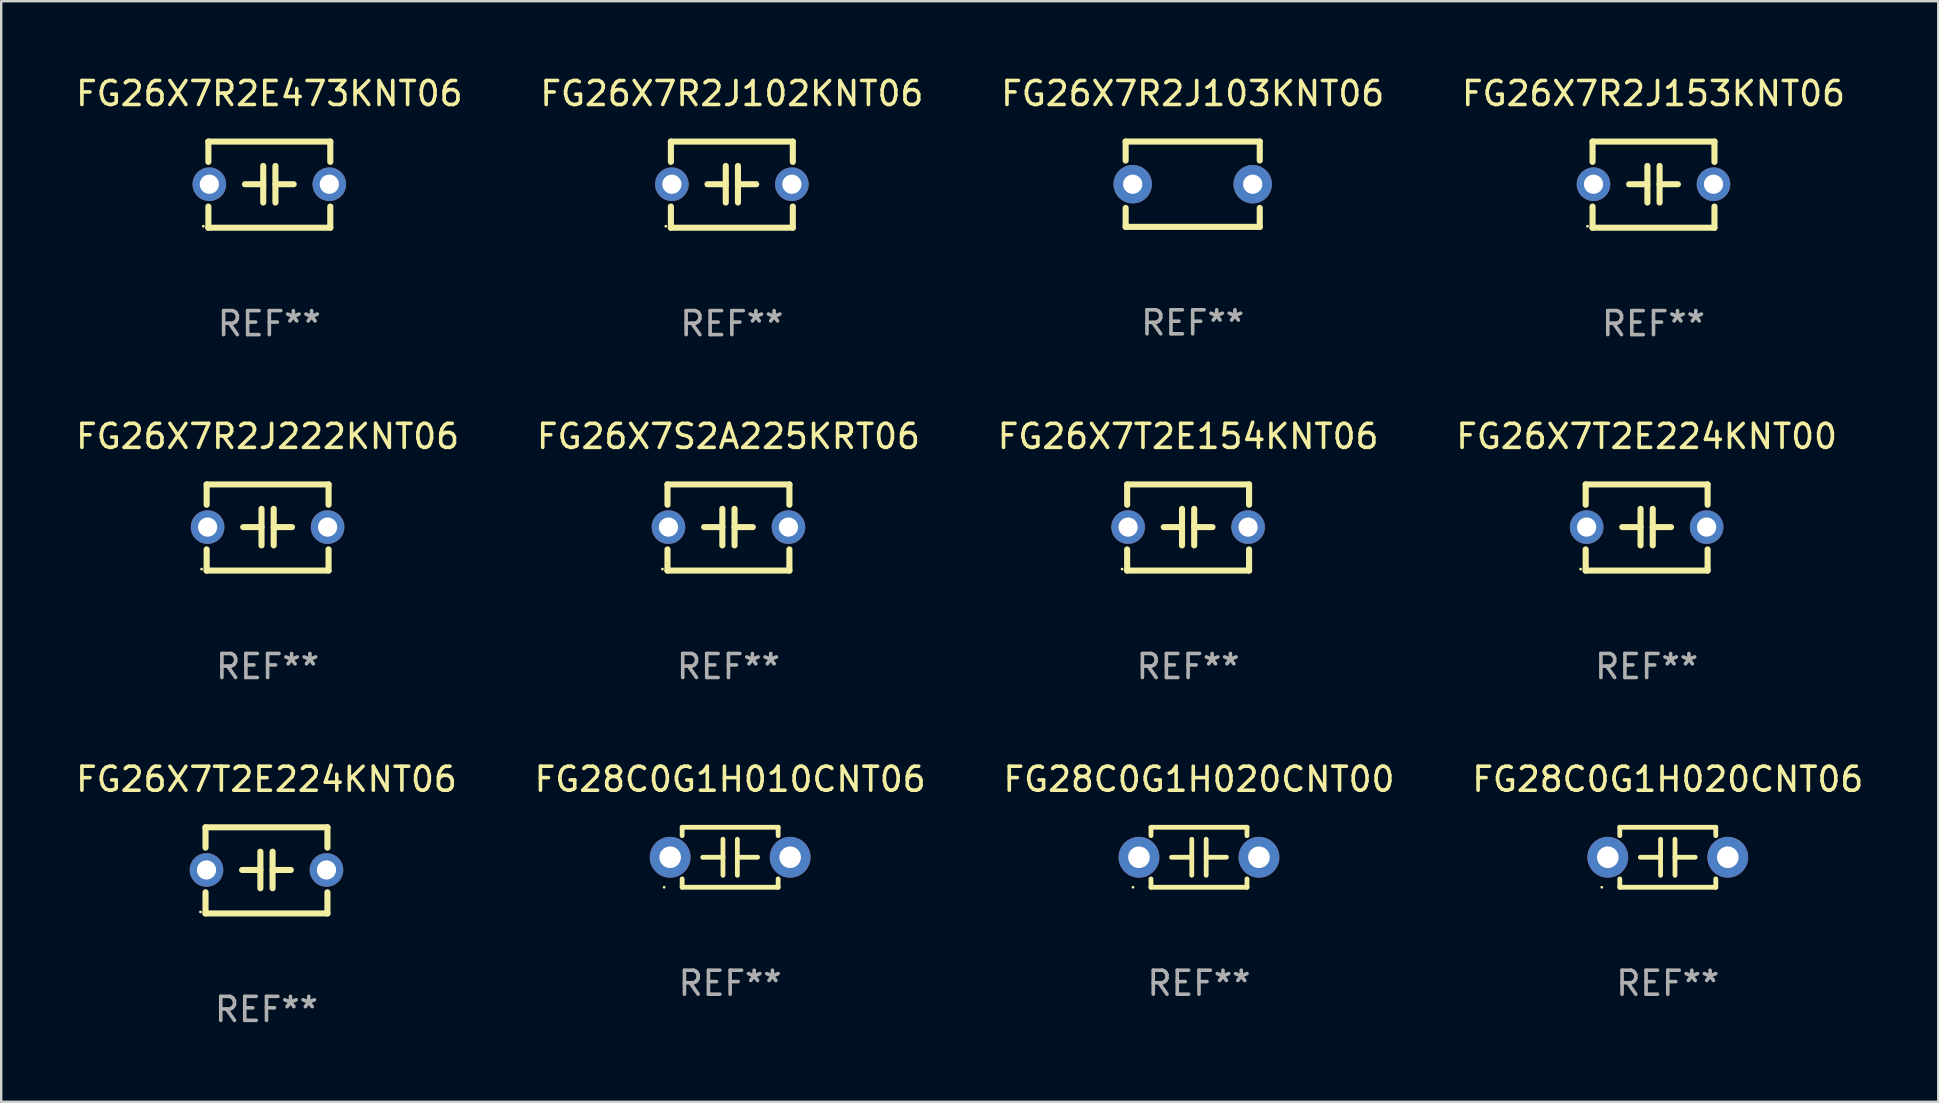
<source format=kicad_pcb>
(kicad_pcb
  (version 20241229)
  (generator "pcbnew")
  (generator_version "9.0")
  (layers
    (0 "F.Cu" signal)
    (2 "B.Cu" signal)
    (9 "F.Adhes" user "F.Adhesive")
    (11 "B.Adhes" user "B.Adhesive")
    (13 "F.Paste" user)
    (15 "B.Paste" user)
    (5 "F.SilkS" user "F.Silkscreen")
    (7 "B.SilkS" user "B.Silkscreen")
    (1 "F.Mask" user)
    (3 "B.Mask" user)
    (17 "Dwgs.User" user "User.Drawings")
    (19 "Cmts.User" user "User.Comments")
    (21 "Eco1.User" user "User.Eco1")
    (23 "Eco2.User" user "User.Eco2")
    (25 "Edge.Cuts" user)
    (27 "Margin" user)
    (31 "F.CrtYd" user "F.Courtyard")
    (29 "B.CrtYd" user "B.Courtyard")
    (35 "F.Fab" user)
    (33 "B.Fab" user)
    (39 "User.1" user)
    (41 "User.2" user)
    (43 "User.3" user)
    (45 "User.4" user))
  (footprint "FG28C0G1H020CNT00"
    (layer "F.Cu")
    (at 46.911 32.672)
    (property "Reference" "FG28C0G1H020CNT00" (at 0 -3.25 0) (layer "F.SilkS") (effects (font (size 1 1) (thickness 0.15))))
    (attr through_hole)
    (fp_line (start -2 -1.25) (end -2 -0.901) (stroke (width 0.2) (type solid)) (layer "F.SilkS"))
    (fp_line (start -2 -1.25) (end 2 -1.25) (stroke (width 0.2) (type solid)) (layer "F.SilkS"))
    (fp_line (start -2 0.901) (end -2 1.25) (stroke (width 0.2) (type solid)) (layer "F.SilkS"))
    (fp_line (start -0.3 -0.75) (end -0.3 0.75) (stroke (width 0.2) (type solid)) (layer "F.SilkS"))
    (fp_line (start -0.3 0.001) (end -1.143 0.001) (stroke (width 0.2) (type solid)) (layer "F.SilkS"))
    (fp_line (start 0.3 -0.001) (end 1.143 -0.001) (stroke (width 0.2) (type solid)) (layer "F.SilkS"))
    (fp_line (start 0.3 0.75) (end 0.3 -0.75) (stroke (width 0.2) (type solid)) (layer "F.SilkS"))
    (fp_line (start 2 -1.25) (end 2 -0.901) (stroke (width 0.2) (type solid)) (layer "F.SilkS"))
    (fp_line (start 2 0.901) (end 2 1.25) (stroke (width 0.2) (type solid)) (layer "F.SilkS"))
    (fp_line (start 2 1.25) (end -2 1.25) (stroke (width 0.2) (type solid)) (layer "F.SilkS"))
    (fp_circle (center -2.75 1.25) (end -2.72 1.25) (stroke (width 0.06) (type solid)) (fill no) (layer "F.SilkS"))
    (fp_text user "REF**" (at 0 5.25 0) (layer "F.Fab") (effects (font (size 1 1) (thickness 0.15))))
    (pad "1" thru_hole circle (at -2.5 0) (size 1.7 1.7) (drill 0.9) (layers "*.Cu" "*.Mask"))
    (pad "2" thru_hole circle (at 2.5 0) (size 1.7 1.7) (drill 0.9) (layers "*.Cu" "*.Mask")))
  (footprint "FG26X7R2J153KNT06"
    (layer "F.Cu")
    (at 65.851 4.644)
    (property "Reference" "FG26X7R2J153KNT06" (at 0 -3.795 0) (layer "F.SilkS") (effects (font (size 1 1) (thickness 0.15))))
    (attr through_hole)
    (fp_line (start -2.54 -1.795) (end 2.54 -1.795) (stroke (width 0.254) (type solid)) (layer "F.SilkS"))
    (fp_line (start -2.54 -0.948) (end -2.54 -1.795) (stroke (width 0.254) (type solid)) (layer "F.SilkS"))
    (fp_line (start -2.54 1.795) (end -2.54 0.913) (stroke (width 0.254) (type solid)) (layer "F.SilkS"))
    (fp_line (start -1.016 -0.017) (end -0.254 -0.017) (stroke (width 0.254) (type solid)) (layer "F.SilkS"))
    (fp_line (start -0.254 0.745) (end -0.254 -0.779) (stroke (width 0.254) (type solid)) (layer "F.SilkS"))
    (fp_line (start 0.254 -0.779) (end 0.254 0.745) (stroke (width 0.254) (type solid)) (layer "F.SilkS"))
    (fp_line (start 1.016 -0.017) (end 0.254 -0.017) (stroke (width 0.254) (type solid)) (layer "F.SilkS"))
    (fp_line (start 2.54 -1.795) (end 2.54 -0.948) (stroke (width 0.254) (type solid)) (layer "F.SilkS"))
    (fp_line (start 2.54 1.795) (end -2.54 1.795) (stroke (width 0.254) (type solid)) (layer "F.SilkS"))
    (fp_line (start 2.54 1.795) (end 2.54 0.913) (stroke (width 0.254) (type solid)) (layer "F.SilkS"))
    (fp_circle (center -2.75 1.733) (end -2.72 1.733) (stroke (width 0.06) (type solid)) (fill no) (layer "F.SilkS"))
    (fp_text user "REF**" (at 0 5.795 0) (layer "F.Fab") (effects (font (size 1 1) (thickness 0.15))))
    (pad "1" thru_hole circle (at -2.5 -0.017) (size 1.4 1.4) (drill 0.8) (layers "*.Cu" "*.Mask"))
    (pad "2" thru_hole circle (at 2.5 -0.017) (size 1.4 1.4) (drill 0.8) (layers "*.Cu" "*.Mask")))
  (footprint "FG26X7R2J103KNT06"
    (layer "F.Cu")
    (at 46.649 4.626)
    (property "Reference" "FG26X7R2J103KNT06" (at 0 -3.778 0) (layer "F.SilkS") (effects (font (size 1 1) (thickness 0.15))))
    (attr through_hole)
    (fp_line (start -2.794 -1.778) (end -2.794 -0.988) (stroke (width 0.254) (type solid)) (layer "F.SilkS"))
    (fp_line (start -2.794 0.988) (end -2.794 1.778) (stroke (width 0.254) (type solid)) (layer "F.SilkS"))
    (fp_line (start -2.794 1.778) (end 2.794 1.778) (stroke (width 0.254) (type solid)) (layer "F.SilkS"))
    (fp_line (start 2.794 -1.778) (end -2.794 -1.778) (stroke (width 0.254) (type solid)) (layer "F.SilkS"))
    (fp_line (start 2.794 -0.988) (end 2.794 -1.778) (stroke (width 0.254) (type solid)) (layer "F.SilkS"))
    (fp_line (start 2.794 1.778) (end 2.794 0.988) (stroke (width 0.254) (type solid)) (layer "F.SilkS"))
    (fp_circle (center -2.75 1.75) (end -2.72 1.75) (stroke (width 0.06) (type solid)) (fill no) (layer "F.SilkS"))
    (fp_text user "REF**" (at 0 5.778 0) (layer "F.Fab") (effects (font (size 1 1) (thickness 0.15))))
    (pad "1" thru_hole circle (at -2.5 0) (size 1.6 1.6) (drill 0.8) (layers "*.Cu" "*.Mask"))
    (pad "2" thru_hole circle (at 2.5 0) (size 1.6 1.6) (drill 0.8) (layers "*.Cu" "*.Mask")))
  (footprint "FG26X7R2J222KNT06"
    (layer "F.Cu")
    (at 8.101 18.931)
    (property "Reference" "FG26X7R2J222KNT06" (at 0 -3.795 0) (layer "F.SilkS") (effects (font (size 1 1) (thickness 0.15))))
    (attr through_hole)
    (fp_line (start -2.54 -1.795) (end 2.54 -1.795) (stroke (width 0.254) (type solid)) (layer "F.SilkS"))
    (fp_line (start -2.54 -0.948) (end -2.54 -1.795) (stroke (width 0.254) (type solid)) (layer "F.SilkS"))
    (fp_line (start -2.54 1.795) (end -2.54 0.913) (stroke (width 0.254) (type solid)) (layer "F.SilkS"))
    (fp_line (start -1.016 -0.017) (end -0.254 -0.017) (stroke (width 0.254) (type solid)) (layer "F.SilkS"))
    (fp_line (start -0.254 0.745) (end -0.254 -0.779) (stroke (width 0.254) (type solid)) (layer "F.SilkS"))
    (fp_line (start 0.254 -0.779) (end 0.254 0.745) (stroke (width 0.254) (type solid)) (layer "F.SilkS"))
    (fp_line (start 1.016 -0.017) (end 0.254 -0.017) (stroke (width 0.254) (type solid)) (layer "F.SilkS"))
    (fp_line (start 2.54 -1.795) (end 2.54 -0.948) (stroke (width 0.254) (type solid)) (layer "F.SilkS"))
    (fp_line (start 2.54 1.795) (end -2.54 1.795) (stroke (width 0.254) (type solid)) (layer "F.SilkS"))
    (fp_line (start 2.54 1.795) (end 2.54 0.913) (stroke (width 0.254) (type solid)) (layer "F.SilkS"))
    (fp_circle (center -2.75 1.733) (end -2.72 1.733) (stroke (width 0.06) (type solid)) (fill no) (layer "F.SilkS"))
    (fp_text user "REF**" (at 0 5.795 0) (layer "F.Fab") (effects (font (size 1 1) (thickness 0.15))))
    (pad "1" thru_hole circle (at -2.5 -0.017) (size 1.4 1.4) (drill 0.8) (layers "*.Cu" "*.Mask"))
    (pad "2" thru_hole circle (at 2.5 -0.017) (size 1.4 1.4) (drill 0.8) (layers "*.Cu" "*.Mask")))
  (footprint "FG28C0G1H020CNT06"
    (layer "F.Cu")
    (at 66.446 32.672)
    (property "Reference" "FG28C0G1H020CNT06" (at 0 -3.25 0) (layer "F.SilkS") (effects (font (size 1 1) (thickness 0.15))))
    (attr through_hole)
    (fp_line (start -2 -1.25) (end -2 -0.901) (stroke (width 0.2) (type solid)) (layer "F.SilkS"))
    (fp_line (start -2 -1.25) (end 2 -1.25) (stroke (width 0.2) (type solid)) (layer "F.SilkS"))
    (fp_line (start -2 0.901) (end -2 1.25) (stroke (width 0.2) (type solid)) (layer "F.SilkS"))
    (fp_line (start -0.3 -0.75) (end -0.3 0.75) (stroke (width 0.2) (type solid)) (layer "F.SilkS"))
    (fp_line (start -0.3 0.001) (end -1.143 0.001) (stroke (width 0.2) (type solid)) (layer "F.SilkS"))
    (fp_line (start 0.3 -0.001) (end 1.143 -0.001) (stroke (width 0.2) (type solid)) (layer "F.SilkS"))
    (fp_line (start 0.3 0.75) (end 0.3 -0.75) (stroke (width 0.2) (type solid)) (layer "F.SilkS"))
    (fp_line (start 2 -1.25) (end 2 -0.901) (stroke (width 0.2) (type solid)) (layer "F.SilkS"))
    (fp_line (start 2 0.901) (end 2 1.25) (stroke (width 0.2) (type solid)) (layer "F.SilkS"))
    (fp_line (start 2 1.25) (end -2 1.25) (stroke (width 0.2) (type solid)) (layer "F.SilkS"))
    (fp_circle (center -2.75 1.25) (end -2.72 1.25) (stroke (width 0.06) (type solid)) (fill no) (layer "F.SilkS"))
    (fp_text user "REF**" (at 0 5.25 0) (layer "F.Fab") (effects (font (size 1 1) (thickness 0.15))))
    (pad "1" thru_hole circle (at -2.5 0) (size 1.7 1.7) (drill 0.9) (layers "*.Cu" "*.Mask"))
    (pad "2" thru_hole circle (at 2.5 0) (size 1.7 1.7) (drill 0.9) (layers "*.Cu" "*.Mask")))
  (footprint "FG26X7R2J102KNT06"
    (layer "F.Cu")
    (at 27.446 4.644)
    (property "Reference" "FG26X7R2J102KNT06" (at 0 -3.795 0) (layer "F.SilkS") (effects (font (size 1 1) (thickness 0.15))))
    (attr through_hole)
    (fp_line (start -2.54 -1.795) (end 2.54 -1.795) (stroke (width 0.254) (type solid)) (layer "F.SilkS"))
    (fp_line (start -2.54 -0.948) (end -2.54 -1.795) (stroke (width 0.254) (type solid)) (layer "F.SilkS"))
    (fp_line (start -2.54 1.795) (end -2.54 0.913) (stroke (width 0.254) (type solid)) (layer "F.SilkS"))
    (fp_line (start -1.016 -0.017) (end -0.254 -0.017) (stroke (width 0.254) (type solid)) (layer "F.SilkS"))
    (fp_line (start -0.254 0.745) (end -0.254 -0.779) (stroke (width 0.254) (type solid)) (layer "F.SilkS"))
    (fp_line (start 0.254 -0.779) (end 0.254 0.745) (stroke (width 0.254) (type solid)) (layer "F.SilkS"))
    (fp_line (start 1.016 -0.017) (end 0.254 -0.017) (stroke (width 0.254) (type solid)) (layer "F.SilkS"))
    (fp_line (start 2.54 -1.795) (end 2.54 -0.948) (stroke (width 0.254) (type solid)) (layer "F.SilkS"))
    (fp_line (start 2.54 1.795) (end -2.54 1.795) (stroke (width 0.254) (type solid)) (layer "F.SilkS"))
    (fp_line (start 2.54 1.795) (end 2.54 0.913) (stroke (width 0.254) (type solid)) (layer "F.SilkS"))
    (fp_circle (center -2.75 1.733) (end -2.72 1.733) (stroke (width 0.06) (type solid)) (fill no) (layer "F.SilkS"))
    (fp_text user "REF**" (at 0 5.795 0) (layer "F.Fab") (effects (font (size 1 1) (thickness 0.15))))
    (pad "1" thru_hole circle (at -2.5 -0.017) (size 1.4 1.4) (drill 0.8) (layers "*.Cu" "*.Mask"))
    (pad "2" thru_hole circle (at 2.5 -0.017) (size 1.4 1.4) (drill 0.8) (layers "*.Cu" "*.Mask")))
  (footprint "FG26X7R2E473KNT06"
    (layer "F.Cu")
    (at 8.173 4.644)
    (property "Reference" "FG26X7R2E473KNT06" (at 0 -3.795 0) (layer "F.SilkS") (effects (font (size 1 1) (thickness 0.15))))
    (attr through_hole)
    (fp_line (start -2.54 -1.795) (end 2.54 -1.795) (stroke (width 0.254) (type solid)) (layer "F.SilkS"))
    (fp_line (start -2.54 -0.948) (end -2.54 -1.795) (stroke (width 0.254) (type solid)) (layer "F.SilkS"))
    (fp_line (start -2.54 1.795) (end -2.54 0.913) (stroke (width 0.254) (type solid)) (layer "F.SilkS"))
    (fp_line (start -1.016 -0.017) (end -0.254 -0.017) (stroke (width 0.254) (type solid)) (layer "F.SilkS"))
    (fp_line (start -0.254 0.745) (end -0.254 -0.779) (stroke (width 0.254) (type solid)) (layer "F.SilkS"))
    (fp_line (start 0.254 -0.779) (end 0.254 0.745) (stroke (width 0.254) (type solid)) (layer "F.SilkS"))
    (fp_line (start 1.016 -0.017) (end 0.254 -0.017) (stroke (width 0.254) (type solid)) (layer "F.SilkS"))
    (fp_line (start 2.54 -1.795) (end 2.54 -0.948) (stroke (width 0.254) (type solid)) (layer "F.SilkS"))
    (fp_line (start 2.54 1.795) (end -2.54 1.795) (stroke (width 0.254) (type solid)) (layer "F.SilkS"))
    (fp_line (start 2.54 1.795) (end 2.54 0.913) (stroke (width 0.254) (type solid)) (layer "F.SilkS"))
    (fp_circle (center -2.75 1.733) (end -2.72 1.733) (stroke (width 0.06) (type solid)) (fill no) (layer "F.SilkS"))
    (fp_text user "REF**" (at 0 5.795 0) (layer "F.Fab") (effects (font (size 1 1) (thickness 0.15))))
    (pad "1" thru_hole circle (at -2.5 -0.017) (size 1.4 1.4) (drill 0.8) (layers "*.Cu" "*.Mask"))
    (pad "2" thru_hole circle (at 2.5 -0.017) (size 1.4 1.4) (drill 0.8) (layers "*.Cu" "*.Mask")))
  (footprint "FG26X7T2E224KNT00"
    (layer "F.Cu")
    (at 65.565 18.931)
    (property "Reference" "FG26X7T2E224KNT00" (at 0 -3.795 0) (layer "F.SilkS") (effects (font (size 1 1) (thickness 0.15))))
    (attr through_hole)
    (fp_line (start -2.54 -1.795) (end 2.54 -1.795) (stroke (width 0.254) (type solid)) (layer "F.SilkS"))
    (fp_line (start -2.54 -0.948) (end -2.54 -1.795) (stroke (width 0.254) (type solid)) (layer "F.SilkS"))
    (fp_line (start -2.54 1.795) (end -2.54 0.913) (stroke (width 0.254) (type solid)) (layer "F.SilkS"))
    (fp_line (start -1.016 -0.017) (end -0.254 -0.017) (stroke (width 0.254) (type solid)) (layer "F.SilkS"))
    (fp_line (start -0.254 0.745) (end -0.254 -0.779) (stroke (width 0.254) (type solid)) (layer "F.SilkS"))
    (fp_line (start 0.254 -0.779) (end 0.254 0.745) (stroke (width 0.254) (type solid)) (layer "F.SilkS"))
    (fp_line (start 1.016 -0.017) (end 0.254 -0.017) (stroke (width 0.254) (type solid)) (layer "F.SilkS"))
    (fp_line (start 2.54 -1.795) (end 2.54 -0.948) (stroke (width 0.254) (type solid)) (layer "F.SilkS"))
    (fp_line (start 2.54 1.795) (end -2.54 1.795) (stroke (width 0.254) (type solid)) (layer "F.SilkS"))
    (fp_line (start 2.54 1.795) (end 2.54 0.913) (stroke (width 0.254) (type solid)) (layer "F.SilkS"))
    (fp_circle (center -2.75 1.733) (end -2.72 1.733) (stroke (width 0.06) (type solid)) (fill no) (layer "F.SilkS"))
    (fp_text user "REF**" (at 0 5.795 0) (layer "F.Fab") (effects (font (size 1 1) (thickness 0.15))))
    (pad "1" thru_hole circle (at -2.5 -0.017) (size 1.4 1.4) (drill 0.8) (layers "*.Cu" "*.Mask"))
    (pad "2" thru_hole circle (at 2.5 -0.017) (size 1.4 1.4) (drill 0.8) (layers "*.Cu" "*.Mask")))
  (footprint "FG26X7T2E224KNT06"
    (layer "F.Cu")
    (at 8.054 33.218)
    (property "Reference" "FG26X7T2E224KNT06" (at 0 -3.795 0) (layer "F.SilkS") (effects (font (size 1 1) (thickness 0.15))))
    (attr through_hole)
    (fp_line (start -2.54 -1.795) (end 2.54 -1.795) (stroke (width 0.254) (type solid)) (layer "F.SilkS"))
    (fp_line (start -2.54 -0.948) (end -2.54 -1.795) (stroke (width 0.254) (type solid)) (layer "F.SilkS"))
    (fp_line (start -2.54 1.795) (end -2.54 0.913) (stroke (width 0.254) (type solid)) (layer "F.SilkS"))
    (fp_line (start -1.016 -0.017) (end -0.254 -0.017) (stroke (width 0.254) (type solid)) (layer "F.SilkS"))
    (fp_line (start -0.254 0.745) (end -0.254 -0.779) (stroke (width 0.254) (type solid)) (layer "F.SilkS"))
    (fp_line (start 0.254 -0.779) (end 0.254 0.745) (stroke (width 0.254) (type solid)) (layer "F.SilkS"))
    (fp_line (start 1.016 -0.017) (end 0.254 -0.017) (stroke (width 0.254) (type solid)) (layer "F.SilkS"))
    (fp_line (start 2.54 -1.795) (end 2.54 -0.948) (stroke (width 0.254) (type solid)) (layer "F.SilkS"))
    (fp_line (start 2.54 1.795) (end -2.54 1.795) (stroke (width 0.254) (type solid)) (layer "F.SilkS"))
    (fp_line (start 2.54 1.795) (end 2.54 0.913) (stroke (width 0.254) (type solid)) (layer "F.SilkS"))
    (fp_circle (center -2.75 1.733) (end -2.72 1.733) (stroke (width 0.06) (type solid)) (fill no) (layer "F.SilkS"))
    (fp_text user "REF**" (at 0 5.795 0) (layer "F.Fab") (effects (font (size 1 1) (thickness 0.15))))
    (pad "1" thru_hole circle (at -2.5 -0.017) (size 1.4 1.4) (drill 0.8) (layers "*.Cu" "*.Mask"))
    (pad "2" thru_hole circle (at 2.5 -0.017) (size 1.4 1.4) (drill 0.8) (layers "*.Cu" "*.Mask")))
  (footprint "FG26X7T2E154KNT06"
    (layer "F.Cu")
    (at 46.458 18.931)
    (property "Reference" "FG26X7T2E154KNT06" (at 0 -3.795 0) (layer "F.SilkS") (effects (font (size 1 1) (thickness 0.15))))
    (attr through_hole)
    (fp_line (start -2.54 -1.795) (end 2.54 -1.795) (stroke (width 0.254) (type solid)) (layer "F.SilkS"))
    (fp_line (start -2.54 -0.948) (end -2.54 -1.795) (stroke (width 0.254) (type solid)) (layer "F.SilkS"))
    (fp_line (start -2.54 1.795) (end -2.54 0.913) (stroke (width 0.254) (type solid)) (layer "F.SilkS"))
    (fp_line (start -1.016 -0.017) (end -0.254 -0.017) (stroke (width 0.254) (type solid)) (layer "F.SilkS"))
    (fp_line (start -0.254 0.745) (end -0.254 -0.779) (stroke (width 0.254) (type solid)) (layer "F.SilkS"))
    (fp_line (start 0.254 -0.779) (end 0.254 0.745) (stroke (width 0.254) (type solid)) (layer "F.SilkS"))
    (fp_line (start 1.016 -0.017) (end 0.254 -0.017) (stroke (width 0.254) (type solid)) (layer "F.SilkS"))
    (fp_line (start 2.54 -1.795) (end 2.54 -0.948) (stroke (width 0.254) (type solid)) (layer "F.SilkS"))
    (fp_line (start 2.54 1.795) (end -2.54 1.795) (stroke (width 0.254) (type solid)) (layer "F.SilkS"))
    (fp_line (start 2.54 1.795) (end 2.54 0.913) (stroke (width 0.254) (type solid)) (layer "F.SilkS"))
    (fp_circle (center -2.75 1.733) (end -2.72 1.733) (stroke (width 0.06) (type solid)) (fill no) (layer "F.SilkS"))
    (fp_text user "REF**" (at 0 5.795 0) (layer "F.Fab") (effects (font (size 1 1) (thickness 0.15))))
    (pad "1" thru_hole circle (at -2.5 -0.017) (size 1.4 1.4) (drill 0.8) (layers "*.Cu" "*.Mask"))
    (pad "2" thru_hole circle (at 2.5 -0.017) (size 1.4 1.4) (drill 0.8) (layers "*.Cu" "*.Mask")))
  (footprint "FG28C0G1H010CNT06"
    (layer "F.Cu")
    (at 27.375 32.672)
    (property "Reference" "FG28C0G1H010CNT06" (at 0 -3.25 0) (layer "F.SilkS") (effects (font (size 1 1) (thickness 0.15))))
    (attr through_hole)
    (fp_line (start -2 -1.25) (end -2 -0.901) (stroke (width 0.2) (type solid)) (layer "F.SilkS"))
    (fp_line (start -2 -1.25) (end 2 -1.25) (stroke (width 0.2) (type solid)) (layer "F.SilkS"))
    (fp_line (start -2 0.901) (end -2 1.25) (stroke (width 0.2) (type solid)) (layer "F.SilkS"))
    (fp_line (start -0.3 -0.75) (end -0.3 0.75) (stroke (width 0.2) (type solid)) (layer "F.SilkS"))
    (fp_line (start -0.3 0.001) (end -1.143 0.001) (stroke (width 0.2) (type solid)) (layer "F.SilkS"))
    (fp_line (start 0.3 -0.001) (end 1.143 -0.001) (stroke (width 0.2) (type solid)) (layer "F.SilkS"))
    (fp_line (start 0.3 0.75) (end 0.3 -0.75) (stroke (width 0.2) (type solid)) (layer "F.SilkS"))
    (fp_line (start 2 -1.25) (end 2 -0.901) (stroke (width 0.2) (type solid)) (layer "F.SilkS"))
    (fp_line (start 2 0.901) (end 2 1.25) (stroke (width 0.2) (type solid)) (layer "F.SilkS"))
    (fp_line (start 2 1.25) (end -2 1.25) (stroke (width 0.2) (type solid)) (layer "F.SilkS"))
    (fp_circle (center -2.75 1.25) (end -2.72 1.25) (stroke (width 0.06) (type solid)) (fill no) (layer "F.SilkS"))
    (fp_text user "REF**" (at 0 5.25 0) (layer "F.Fab") (effects (font (size 1 1) (thickness 0.15))))
    (pad "1" thru_hole circle (at -2.5 0) (size 1.7 1.7) (drill 0.9) (layers "*.Cu" "*.Mask"))
    (pad "2" thru_hole circle (at 2.5 0) (size 1.7 1.7) (drill 0.9) (layers "*.Cu" "*.Mask")))
  (footprint "FG26X7S2A225KRT06"
    (layer "F.Cu")
    (at 27.304 18.931)
    (property "Reference" "FG26X7S2A225KRT06" (at 0 -3.795 0) (layer "F.SilkS") (effects (font (size 1 1) (thickness 0.15))))
    (attr through_hole)
    (fp_line (start -2.54 -1.795) (end 2.54 -1.795) (stroke (width 0.254) (type solid)) (layer "F.SilkS"))
    (fp_line (start -2.54 -0.948) (end -2.54 -1.795) (stroke (width 0.254) (type solid)) (layer "F.SilkS"))
    (fp_line (start -2.54 1.795) (end -2.54 0.913) (stroke (width 0.254) (type solid)) (layer "F.SilkS"))
    (fp_line (start -1.016 -0.017) (end -0.254 -0.017) (stroke (width 0.254) (type solid)) (layer "F.SilkS"))
    (fp_line (start -0.254 0.745) (end -0.254 -0.779) (stroke (width 0.254) (type solid)) (layer "F.SilkS"))
    (fp_line (start 0.254 -0.779) (end 0.254 0.745) (stroke (width 0.254) (type solid)) (layer "F.SilkS"))
    (fp_line (start 1.016 -0.017) (end 0.254 -0.017) (stroke (width 0.254) (type solid)) (layer "F.SilkS"))
    (fp_line (start 2.54 -1.795) (end 2.54 -0.948) (stroke (width 0.254) (type solid)) (layer "F.SilkS"))
    (fp_line (start 2.54 1.795) (end -2.54 1.795) (stroke (width 0.254) (type solid)) (layer "F.SilkS"))
    (fp_line (start 2.54 1.795) (end 2.54 0.913) (stroke (width 0.254) (type solid)) (layer "F.SilkS"))
    (fp_circle (center -2.75 1.733) (end -2.72 1.733) (stroke (width 0.06) (type solid)) (fill no) (layer "F.SilkS"))
    (fp_text user "REF**" (at 0 5.795 0) (layer "F.Fab") (effects (font (size 1 1) (thickness 0.15))))
    (pad "1" thru_hole circle (at -2.5 -0.017) (size 1.4 1.4) (drill 0.8) (layers "*.Cu" "*.Mask"))
    (pad "2" thru_hole circle (at 2.5 -0.017) (size 1.4 1.4) (drill 0.8) (layers "*.Cu" "*.Mask")))
  (gr_rect
    (start -3 -3)
    (end 77.714 42.861)
    (stroke (width 0.1) (type default))
    (fill no)
    (layer "Edge.Cuts")))
</source>
